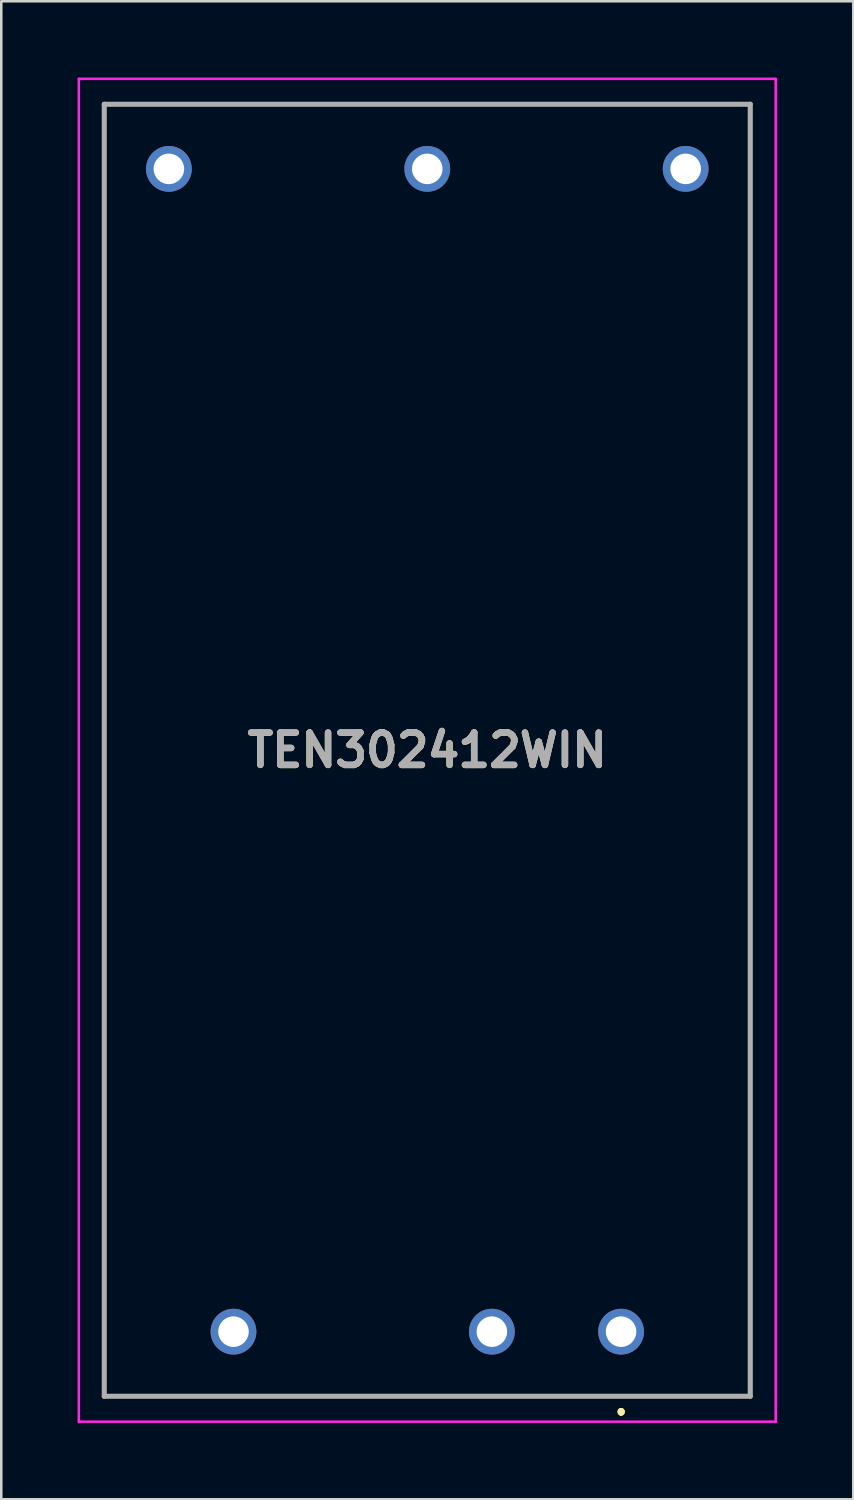
<source format=kicad_pcb>
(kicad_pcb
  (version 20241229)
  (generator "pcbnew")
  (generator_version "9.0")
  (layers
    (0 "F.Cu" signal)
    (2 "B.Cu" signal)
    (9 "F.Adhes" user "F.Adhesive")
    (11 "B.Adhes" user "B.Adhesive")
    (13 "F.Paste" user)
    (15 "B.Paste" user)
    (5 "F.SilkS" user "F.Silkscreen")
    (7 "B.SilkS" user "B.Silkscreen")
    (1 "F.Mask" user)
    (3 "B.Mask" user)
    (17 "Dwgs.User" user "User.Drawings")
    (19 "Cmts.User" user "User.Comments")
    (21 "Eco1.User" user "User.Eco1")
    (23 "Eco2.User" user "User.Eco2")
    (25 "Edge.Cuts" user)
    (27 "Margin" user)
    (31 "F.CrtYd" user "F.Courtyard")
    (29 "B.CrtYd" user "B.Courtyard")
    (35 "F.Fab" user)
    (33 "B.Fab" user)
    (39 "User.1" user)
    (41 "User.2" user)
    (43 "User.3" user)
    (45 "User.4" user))
  (footprint "TEN302412WIN"
    (layer "F.Cu")
    (at 21.37 49.31)
    (property "Reference" "TEN302412WIN" (at -7.62 -22.86 0) (layer "F.SilkS") (effects (font (size 1.27 1.27) (thickness 0.254))))
    (attr through_hole)
    (fp_line (start -20.32 -48.26) (end -20.32 2.54) (stroke (width 0.1) (type solid)) (layer "F.SilkS"))
    (fp_line (start -20.32 2.54) (end 5.08 2.54) (stroke (width 0.1) (type solid)) (layer "F.SilkS"))
    (fp_line (start 0 3.1) (end 0 3.1) (stroke (width 0.2) (type solid)) (layer "F.SilkS"))
    (fp_line (start 0 3.2) (end 0 3.2) (stroke (width 0.2) (type solid)) (layer "F.SilkS"))
    (fp_line (start 0 3.2) (end 0 3.2) (stroke (width 0.2) (type solid)) (layer "F.SilkS"))
    (fp_line (start 5.08 -48.26) (end -20.32 -48.26) (stroke (width 0.1) (type solid)) (layer "F.SilkS"))
    (fp_line (start 5.08 2.54) (end 5.08 -48.26) (stroke (width 0.1) (type solid)) (layer "F.SilkS"))
    (fp_arc (start 0 3.1) (mid 0.05 3.15) (end 0 3.2) (stroke (width 0.2) (type solid)) (layer "F.SilkS"))
    (fp_arc (start 0 3.1) (mid 0.05 3.15) (end 0 3.2) (stroke (width 0.2) (type solid)) (layer "F.SilkS"))
    (fp_arc (start 0 3.2) (mid -0.05 3.15) (end 0 3.1) (stroke (width 0.2) (type solid)) (layer "F.SilkS"))
    (fp_line (start -21.32 -49.26) (end -21.32 3.54) (stroke (width 0.1) (type solid)) (layer "F.CrtYd"))
    (fp_line (start -21.32 3.54) (end 6.08 3.54) (stroke (width 0.1) (type solid)) (layer "F.CrtYd"))
    (fp_line (start 6.08 -49.26) (end -21.32 -49.26) (stroke (width 0.1) (type solid)) (layer "F.CrtYd"))
    (fp_line (start 6.08 3.54) (end 6.08 -49.26) (stroke (width 0.1) (type solid)) (layer "F.CrtYd"))
    (fp_line (start -20.32 -48.26) (end 5.08 -48.26) (stroke (width 0.2) (type solid)) (layer "F.Fab"))
    (fp_line (start -20.32 2.54) (end -20.32 -48.26) (stroke (width 0.2) (type solid)) (layer "F.Fab"))
    (fp_line (start 5.08 -48.26) (end 5.08 2.54) (stroke (width 0.2) (type solid)) (layer "F.Fab"))
    (fp_line (start 5.08 2.54) (end -20.32 2.54) (stroke (width 0.2) (type solid)) (layer "F.Fab"))
    (fp_text user "${REFERENCE}" (at -7.62 -22.86 0) (layer "F.Fab") (effects (font (size 1.27 1.27) (thickness 0.254))))
    (pad "1" thru_hole circle (at 0 0) (size 1.8 1.8) (drill 1.2) (layers "*.Cu" "*.Mask"))
    (pad "2" thru_hole circle (at -5.08 0) (size 1.8 1.8) (drill 1.2) (layers "*.Cu" "*.Mask"))
    (pad "3" thru_hole circle (at -15.24 0) (size 1.8 1.8) (drill 1.2) (layers "*.Cu" "*.Mask"))
    (pad "4" thru_hole circle (at 2.54 -45.72) (size 1.8 1.8) (drill 1.2) (layers "*.Cu" "*.Mask"))
    (pad "5" thru_hole circle (at -7.62 -45.72) (size 1.8 1.8) (drill 1.2) (layers "*.Cu" "*.Mask"))
    (pad "6" thru_hole circle (at -17.78 -45.72) (size 1.8 1.8) (drill 1.2) (layers "*.Cu" "*.Mask")))
  (gr_rect
    (start -3 -3)
    (end 30.5 55.9)
    (stroke (width 0.1) (type default))
    (fill no)
    (layer "Edge.Cuts")))
</source>
